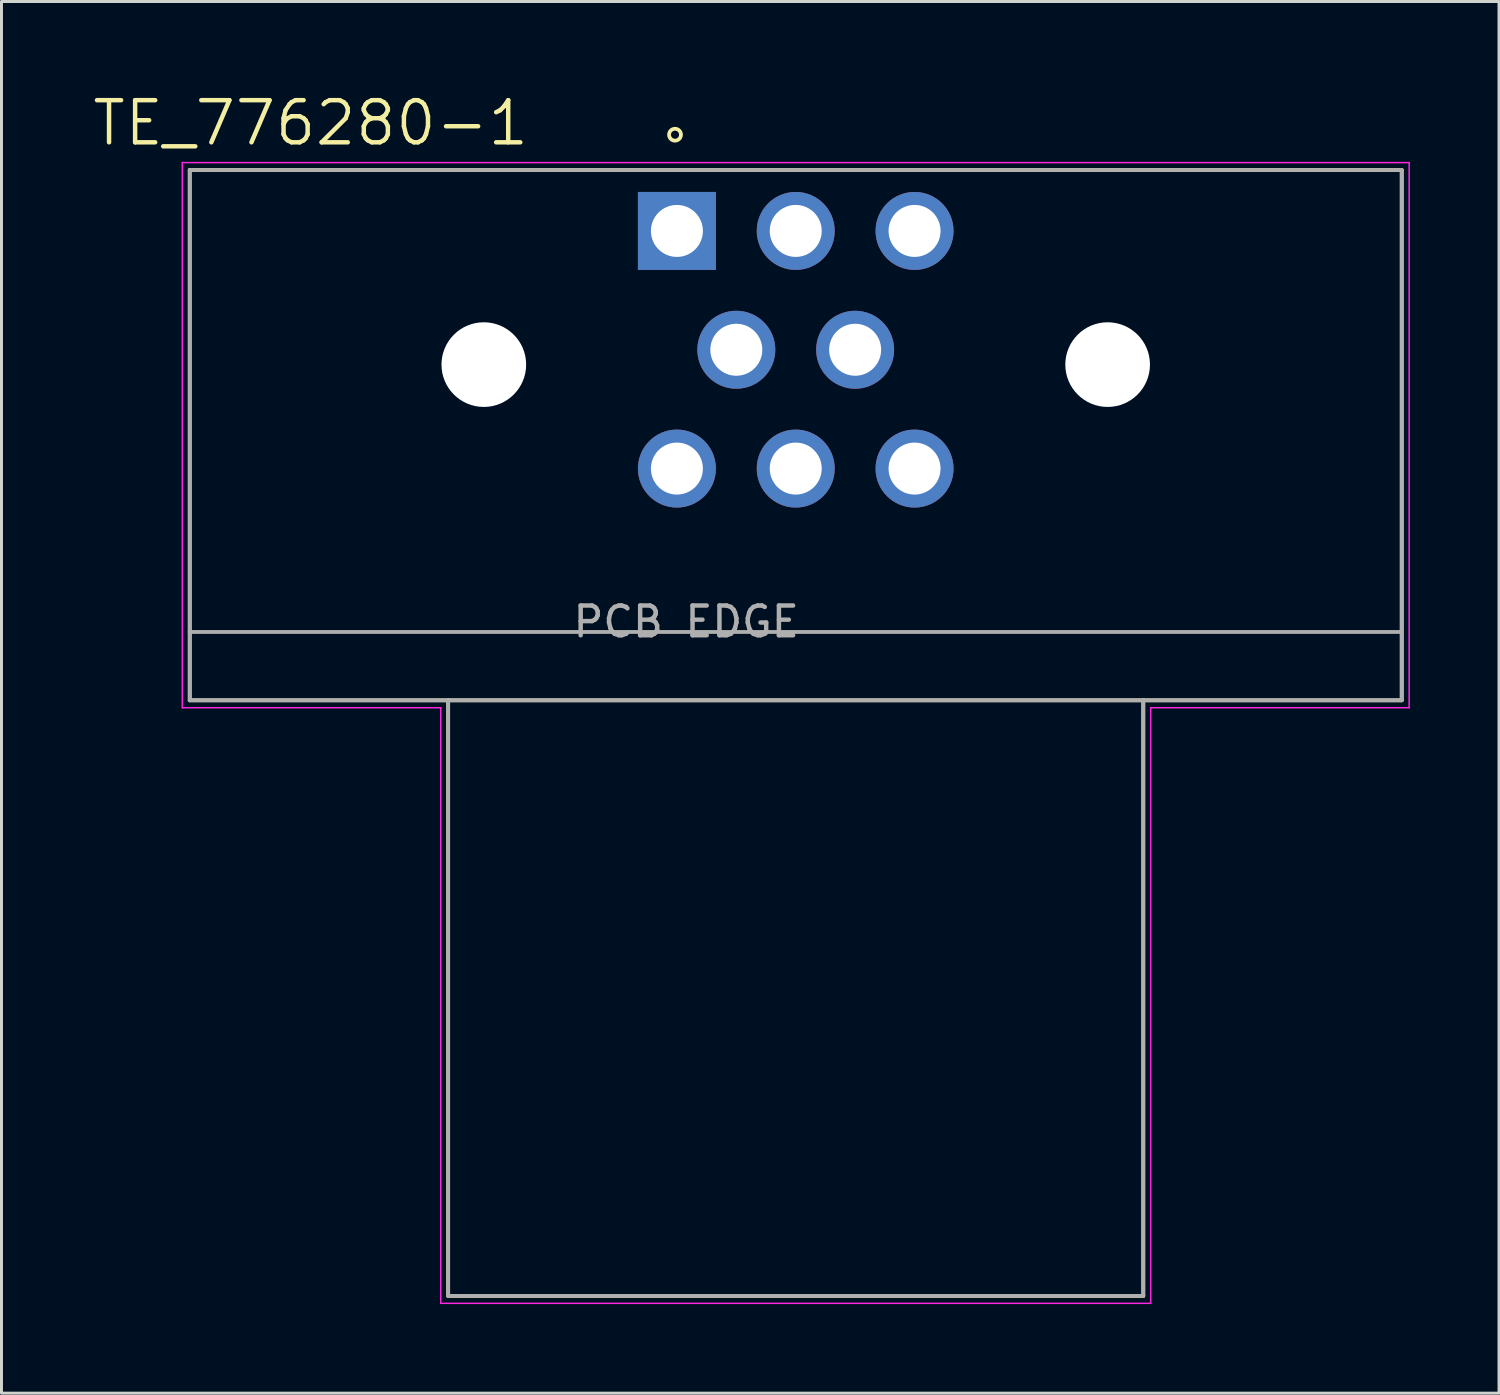
<source format=kicad_pcb>
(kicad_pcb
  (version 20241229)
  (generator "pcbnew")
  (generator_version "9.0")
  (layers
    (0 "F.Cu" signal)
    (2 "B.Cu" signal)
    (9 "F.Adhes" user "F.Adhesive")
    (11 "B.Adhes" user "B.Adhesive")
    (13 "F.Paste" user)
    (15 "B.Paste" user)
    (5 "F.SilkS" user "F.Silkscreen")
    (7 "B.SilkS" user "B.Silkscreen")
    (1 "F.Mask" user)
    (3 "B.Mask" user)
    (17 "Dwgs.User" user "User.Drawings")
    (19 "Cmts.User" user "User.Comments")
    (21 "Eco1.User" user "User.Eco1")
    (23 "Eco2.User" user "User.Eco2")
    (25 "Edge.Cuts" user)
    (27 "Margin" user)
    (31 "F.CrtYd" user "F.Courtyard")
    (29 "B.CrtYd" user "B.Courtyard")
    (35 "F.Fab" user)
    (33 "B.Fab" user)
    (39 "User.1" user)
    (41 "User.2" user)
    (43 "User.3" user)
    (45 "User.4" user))
  (footprint "TE_776280-1"
    (layer "F.Cu")
    (at 23.737 8.724)
    (property "Reference" "TE_776280-1" (at -16.33 -7.632 0) (layer "F.SilkS") (effects (font (size 1.418 1.418) (thickness 0.15))))
    (attr through_hole)
    (fp_line (start -20.4 -6.05) (end -20.4 11.8) (stroke (width 0.127) (type solid)) (layer "F.SilkS"))
    (fp_line (start -20.4 11.8) (end -11.7 11.8) (stroke (width 0.127) (type solid)) (layer "F.SilkS"))
    (fp_line (start -11.7 11.8) (end -11.7 31.85) (stroke (width 0.127) (type solid)) (layer "F.SilkS"))
    (fp_line (start -11.7 11.8) (end 11.7 11.8) (stroke (width 0.127) (type solid)) (layer "F.SilkS"))
    (fp_line (start -11.7 31.85) (end 11.7 31.85) (stroke (width 0.127) (type solid)) (layer "F.SilkS"))
    (fp_line (start 11.7 11.8) (end 20.4 11.8) (stroke (width 0.127) (type solid)) (layer "F.SilkS"))
    (fp_line (start 11.7 31.85) (end 11.7 11.8) (stroke (width 0.127) (type solid)) (layer "F.SilkS"))
    (fp_line (start 20.4 -6.05) (end -20.4 -6.05) (stroke (width 0.127) (type solid)) (layer "F.SilkS"))
    (fp_line (start 20.4 11.8) (end 20.4 -6.05) (stroke (width 0.127) (type solid)) (layer "F.SilkS"))
    (fp_circle (center -4.064 -7.239) (end -3.864 -7.239) (stroke (width 0.127) (type solid)) (fill no) (layer "F.SilkS"))
    (fp_line (start -20.65 -6.3) (end -20.65 12.05) (stroke (width 0.05) (type solid)) (layer "F.CrtYd"))
    (fp_line (start -20.65 12.05) (end -11.95 12.05) (stroke (width 0.05) (type solid)) (layer "F.CrtYd"))
    (fp_line (start -11.95 12.05) (end -11.95 32.1) (stroke (width 0.05) (type solid)) (layer "F.CrtYd"))
    (fp_line (start -11.95 32.1) (end 11.95 32.1) (stroke (width 0.05) (type solid)) (layer "F.CrtYd"))
    (fp_line (start 11.95 12.05) (end 20.65 12.05) (stroke (width 0.05) (type solid)) (layer "F.CrtYd"))
    (fp_line (start 11.95 32.1) (end 11.95 12.05) (stroke (width 0.05) (type solid)) (layer "F.CrtYd"))
    (fp_line (start 20.65 -6.3) (end -20.65 -6.3) (stroke (width 0.05) (type solid)) (layer "F.CrtYd"))
    (fp_line (start 20.65 12.05) (end 20.65 -6.3) (stroke (width 0.05) (type solid)) (layer "F.CrtYd"))
    (fp_line (start -20.4 -6.05) (end -20.4 9.5) (stroke (width 0.127) (type solid)) (layer "F.Fab"))
    (fp_line (start -20.4 9.5) (end -20.4 11.8) (stroke (width 0.127) (type solid)) (layer "F.Fab"))
    (fp_line (start -20.4 9.5) (end 20.4 9.5) (stroke (width 0.127) (type solid)) (layer "F.Fab"))
    (fp_line (start -20.4 11.8) (end -11.7 11.8) (stroke (width 0.127) (type solid)) (layer "F.Fab"))
    (fp_line (start -11.7 11.8) (end -11.7 31.85) (stroke (width 0.127) (type solid)) (layer "F.Fab"))
    (fp_line (start -11.7 11.8) (end 11.7 11.8) (stroke (width 0.127) (type solid)) (layer "F.Fab"))
    (fp_line (start -11.7 31.85) (end 11.7 31.85) (stroke (width 0.127) (type solid)) (layer "F.Fab"))
    (fp_line (start 11.7 11.8) (end 20.4 11.8) (stroke (width 0.127) (type solid)) (layer "F.Fab"))
    (fp_line (start 11.7 31.85) (end 11.7 11.8) (stroke (width 0.127) (type solid)) (layer "F.Fab"))
    (fp_line (start 20.4 -6.05) (end -20.4 -6.05) (stroke (width 0.127) (type solid)) (layer "F.Fab"))
    (fp_line (start 20.4 9.5) (end 20.4 -6.05) (stroke (width 0.127) (type solid)) (layer "F.Fab"))
    (fp_line (start 20.4 11.8) (end 20.4 9.5) (stroke (width 0.127) (type solid)) (layer "F.Fab"))
    (fp_text user "PCB EDGE" (at -3.688 9.155 0) (layer "F.Fab") (effects (font (size 1.001 1.001) (thickness 0.15))))
    (pad "" np_thru_hole circle (at -10.5 0.5) (size 2.85 2.85) (drill 2.85) (layers "*.Cu" "*.Mask"))
    (pad "" np_thru_hole circle (at 10.5 0.5) (size 2.85 2.85) (drill 2.85) (layers "*.Cu" "*.Mask"))
    (pad "1" thru_hole rect (at -4 -4) (size 2.625 2.625) (drill 1.75) (layers "*.Cu" "*.Mask"))
    (pad "2" thru_hole circle (at 0 -4) (size 2.625 2.625) (drill 1.75) (layers "*.Cu" "*.Mask"))
    (pad "3" thru_hole circle (at 4 -4) (size 2.625 2.625) (drill 1.75) (layers "*.Cu" "*.Mask"))
    (pad "4" thru_hole circle (at -2 0) (size 2.625 2.625) (drill 1.75) (layers "*.Cu" "*.Mask"))
    (pad "5" thru_hole circle (at 2 0) (size 2.625 2.625) (drill 1.75) (layers "*.Cu" "*.Mask"))
    (pad "6" thru_hole circle (at -4 4) (size 2.625 2.625) (drill 1.75) (layers "*.Cu" "*.Mask"))
    (pad "7" thru_hole circle (at 0 4) (size 2.625 2.625) (drill 1.75) (layers "*.Cu" "*.Mask"))
    (pad "8" thru_hole circle (at 4 4) (size 2.625 2.625) (drill 1.75) (layers "*.Cu" "*.Mask")))
  (gr_rect
    (start -3 -3)
    (end 47.412 43.849)
    (stroke (width 0.1) (type default))
    (fill no)
    (layer "Edge.Cuts")))
</source>
